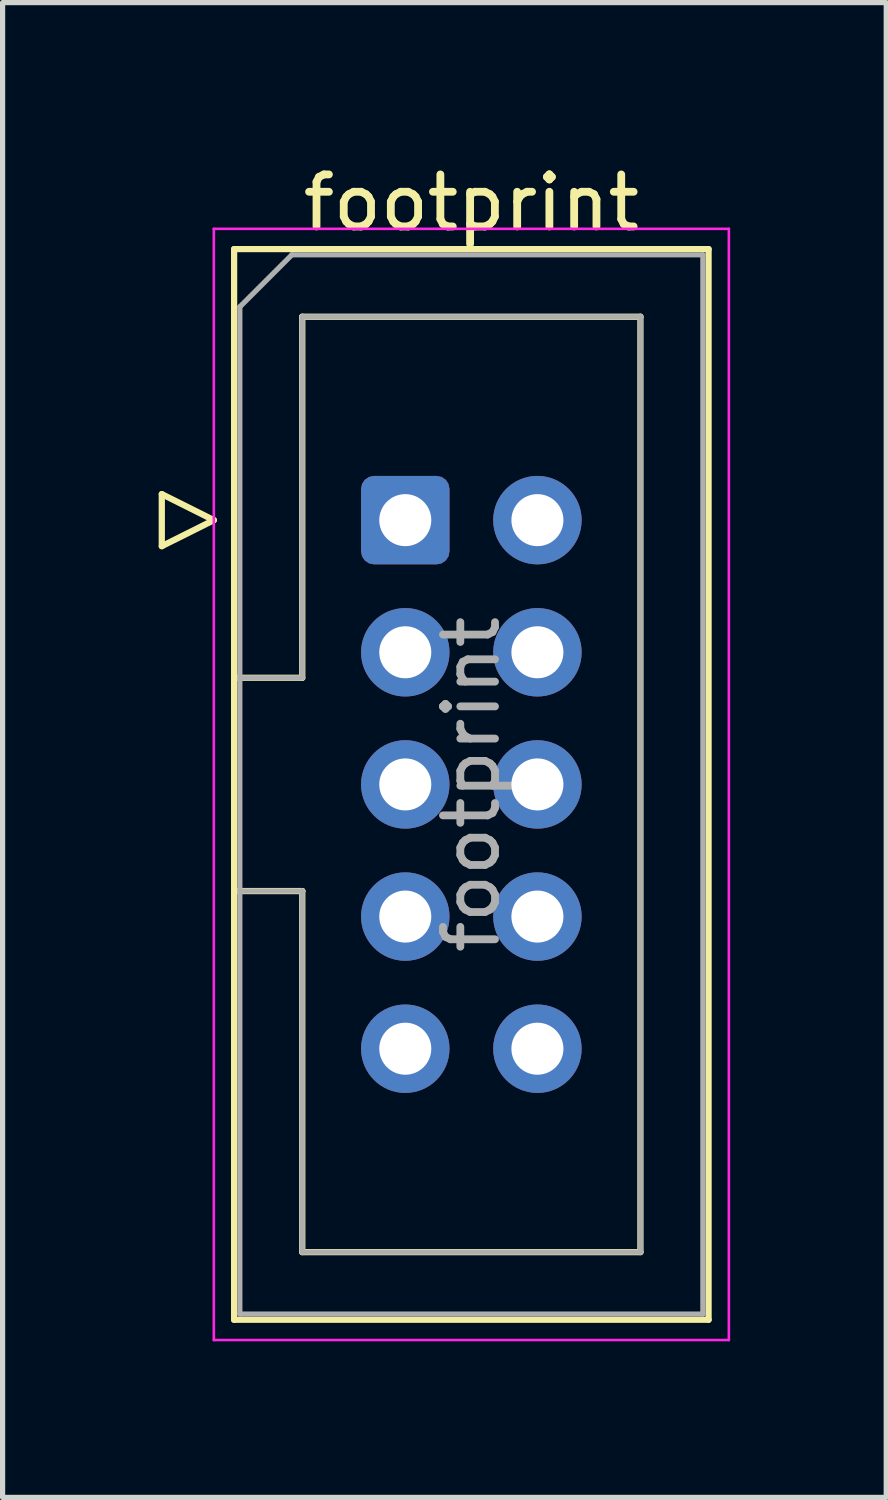
<source format=kicad_pcb>
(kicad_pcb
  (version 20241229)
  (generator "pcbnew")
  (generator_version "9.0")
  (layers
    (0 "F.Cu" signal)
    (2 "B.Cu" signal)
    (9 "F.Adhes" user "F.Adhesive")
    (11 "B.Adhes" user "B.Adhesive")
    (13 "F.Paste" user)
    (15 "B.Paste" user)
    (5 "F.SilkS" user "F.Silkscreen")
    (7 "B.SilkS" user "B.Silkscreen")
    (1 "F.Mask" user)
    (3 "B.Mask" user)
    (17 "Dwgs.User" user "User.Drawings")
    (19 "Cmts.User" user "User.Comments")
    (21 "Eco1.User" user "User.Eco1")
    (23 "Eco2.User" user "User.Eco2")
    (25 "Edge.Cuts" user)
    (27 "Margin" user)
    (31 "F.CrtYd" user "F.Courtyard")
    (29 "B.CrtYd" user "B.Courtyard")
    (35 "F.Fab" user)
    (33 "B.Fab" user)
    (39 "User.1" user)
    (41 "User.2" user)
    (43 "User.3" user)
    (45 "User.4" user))
  (footprint "footprint"
    (layer "F.Cu")
    (at 4.74 6.948)
    (property "Reference" "footprint" (at 1.27 -6.1 0) (layer "F.SilkS") (effects (font (size 1 1) (thickness 0.15))))
    (attr through_hole)
    (fp_line (start -4.68 -0.5) (end -4.68 0.5) (stroke (width 0.12) (type solid)) (layer "F.SilkS"))
    (fp_line (start -4.68 0.5) (end -3.68 0) (stroke (width 0.12) (type solid)) (layer "F.SilkS"))
    (fp_line (start -3.68 0) (end -4.68 -0.5) (stroke (width 0.12) (type solid)) (layer "F.SilkS"))
    (fp_line (start -3.29 -5.21) (end 5.83 -5.21) (stroke (width 0.12) (type solid)) (layer "F.SilkS"))
    (fp_line (start -3.29 3.03) (end -1.98 3.03) (stroke (width 0.12) (type solid)) (layer "F.SilkS"))
    (fp_line (start -3.29 15.37) (end -3.29 -5.21) (stroke (width 0.12) (type solid)) (layer "F.SilkS"))
    (fp_line (start -1.98 -3.91) (end 4.52 -3.91) (stroke (width 0.12) (type solid)) (layer "F.SilkS"))
    (fp_line (start -1.98 3.03) (end -1.98 -3.91) (stroke (width 0.12) (type solid)) (layer "F.SilkS"))
    (fp_line (start -1.98 7.13) (end -3.29 7.13) (stroke (width 0.12) (type solid)) (layer "F.SilkS"))
    (fp_line (start -1.98 7.13) (end -1.98 7.13) (stroke (width 0.12) (type solid)) (layer "F.SilkS"))
    (fp_line (start -1.98 14.07) (end -1.98 7.13) (stroke (width 0.12) (type solid)) (layer "F.SilkS"))
    (fp_line (start 4.52 -3.91) (end 4.52 14.07) (stroke (width 0.12) (type solid)) (layer "F.SilkS"))
    (fp_line (start 4.52 14.07) (end -1.98 14.07) (stroke (width 0.12) (type solid)) (layer "F.SilkS"))
    (fp_line (start 5.83 -5.21) (end 5.83 15.37) (stroke (width 0.12) (type solid)) (layer "F.SilkS"))
    (fp_line (start 5.83 15.37) (end -3.29 15.37) (stroke (width 0.12) (type solid)) (layer "F.SilkS"))
    (fp_line (start -3.68 -5.6) (end -3.68 15.76) (stroke (width 0.05) (type solid)) (layer "F.CrtYd"))
    (fp_line (start -3.68 15.76) (end 6.22 15.76) (stroke (width 0.05) (type solid)) (layer "F.CrtYd"))
    (fp_line (start 6.22 -5.6) (end -3.68 -5.6) (stroke (width 0.05) (type solid)) (layer "F.CrtYd"))
    (fp_line (start 6.22 15.76) (end 6.22 -5.6) (stroke (width 0.05) (type solid)) (layer "F.CrtYd"))
    (fp_line (start -3.18 -4.1) (end -2.18 -5.1) (stroke (width 0.1) (type solid)) (layer "F.Fab"))
    (fp_line (start -3.18 3.03) (end -1.98 3.03) (stroke (width 0.1) (type solid)) (layer "F.Fab"))
    (fp_line (start -3.18 15.26) (end -3.18 -4.1) (stroke (width 0.1) (type solid)) (layer "F.Fab"))
    (fp_line (start -2.18 -5.1) (end 5.72 -5.1) (stroke (width 0.1) (type solid)) (layer "F.Fab"))
    (fp_line (start -1.98 -3.91) (end 4.52 -3.91) (stroke (width 0.1) (type solid)) (layer "F.Fab"))
    (fp_line (start -1.98 3.03) (end -1.98 -3.91) (stroke (width 0.1) (type solid)) (layer "F.Fab"))
    (fp_line (start -1.98 7.13) (end -3.18 7.13) (stroke (width 0.1) (type solid)) (layer "F.Fab"))
    (fp_line (start -1.98 7.13) (end -1.98 7.13) (stroke (width 0.1) (type solid)) (layer "F.Fab"))
    (fp_line (start -1.98 14.07) (end -1.98 7.13) (stroke (width 0.1) (type solid)) (layer "F.Fab"))
    (fp_line (start 4.52 -3.91) (end 4.52 14.07) (stroke (width 0.1) (type solid)) (layer "F.Fab"))
    (fp_line (start 4.52 14.07) (end -1.98 14.07) (stroke (width 0.1) (type solid)) (layer "F.Fab"))
    (fp_line (start 5.72 -5.1) (end 5.72 15.26) (stroke (width 0.1) (type solid)) (layer "F.Fab"))
    (fp_line (start 5.72 15.26) (end -3.18 15.26) (stroke (width 0.1) (type solid)) (layer "F.Fab"))
    (fp_text user "${REFERENCE}" (at 1.27 5.08 90) (layer "F.Fab") (effects (font (size 1 1) (thickness 0.15))))
    (pad "1" thru_hole roundrect (at 0 0) (size 1.7 1.7) (drill 1) (layers "*.Cu" "*.Mask") (roundrect_rratio 0.147))
    (pad "2" thru_hole circle (at 2.54 0) (size 1.7 1.7) (drill 1) (layers "*.Cu" "*.Mask"))
    (pad "3" thru_hole circle (at 0 2.54) (size 1.7 1.7) (drill 1) (layers "*.Cu" "*.Mask"))
    (pad "4" thru_hole circle (at 2.54 2.54) (size 1.7 1.7) (drill 1) (layers "*.Cu" "*.Mask"))
    (pad "5" thru_hole circle (at 0 5.08) (size 1.7 1.7) (drill 1) (layers "*.Cu" "*.Mask"))
    (pad "6" thru_hole circle (at 2.54 5.08) (size 1.7 1.7) (drill 1) (layers "*.Cu" "*.Mask"))
    (pad "7" thru_hole circle (at 0 7.62) (size 1.7 1.7) (drill 1) (layers "*.Cu" "*.Mask"))
    (pad "8" thru_hole circle (at 2.54 7.62) (size 1.7 1.7) (drill 1) (layers "*.Cu" "*.Mask"))
    (pad "9" thru_hole circle (at 0 10.16) (size 1.7 1.7) (drill 1) (layers "*.Cu" "*.Mask"))
    (pad "10" thru_hole circle (at 2.54 10.16) (size 1.7 1.7) (drill 1) (layers "*.Cu" "*.Mask")))
  (gr_rect
    (start -3 -3)
    (end 13.985 25.733)
    (stroke (width 0.1) (type default))
    (fill no)
    (layer "Edge.Cuts")))
</source>
